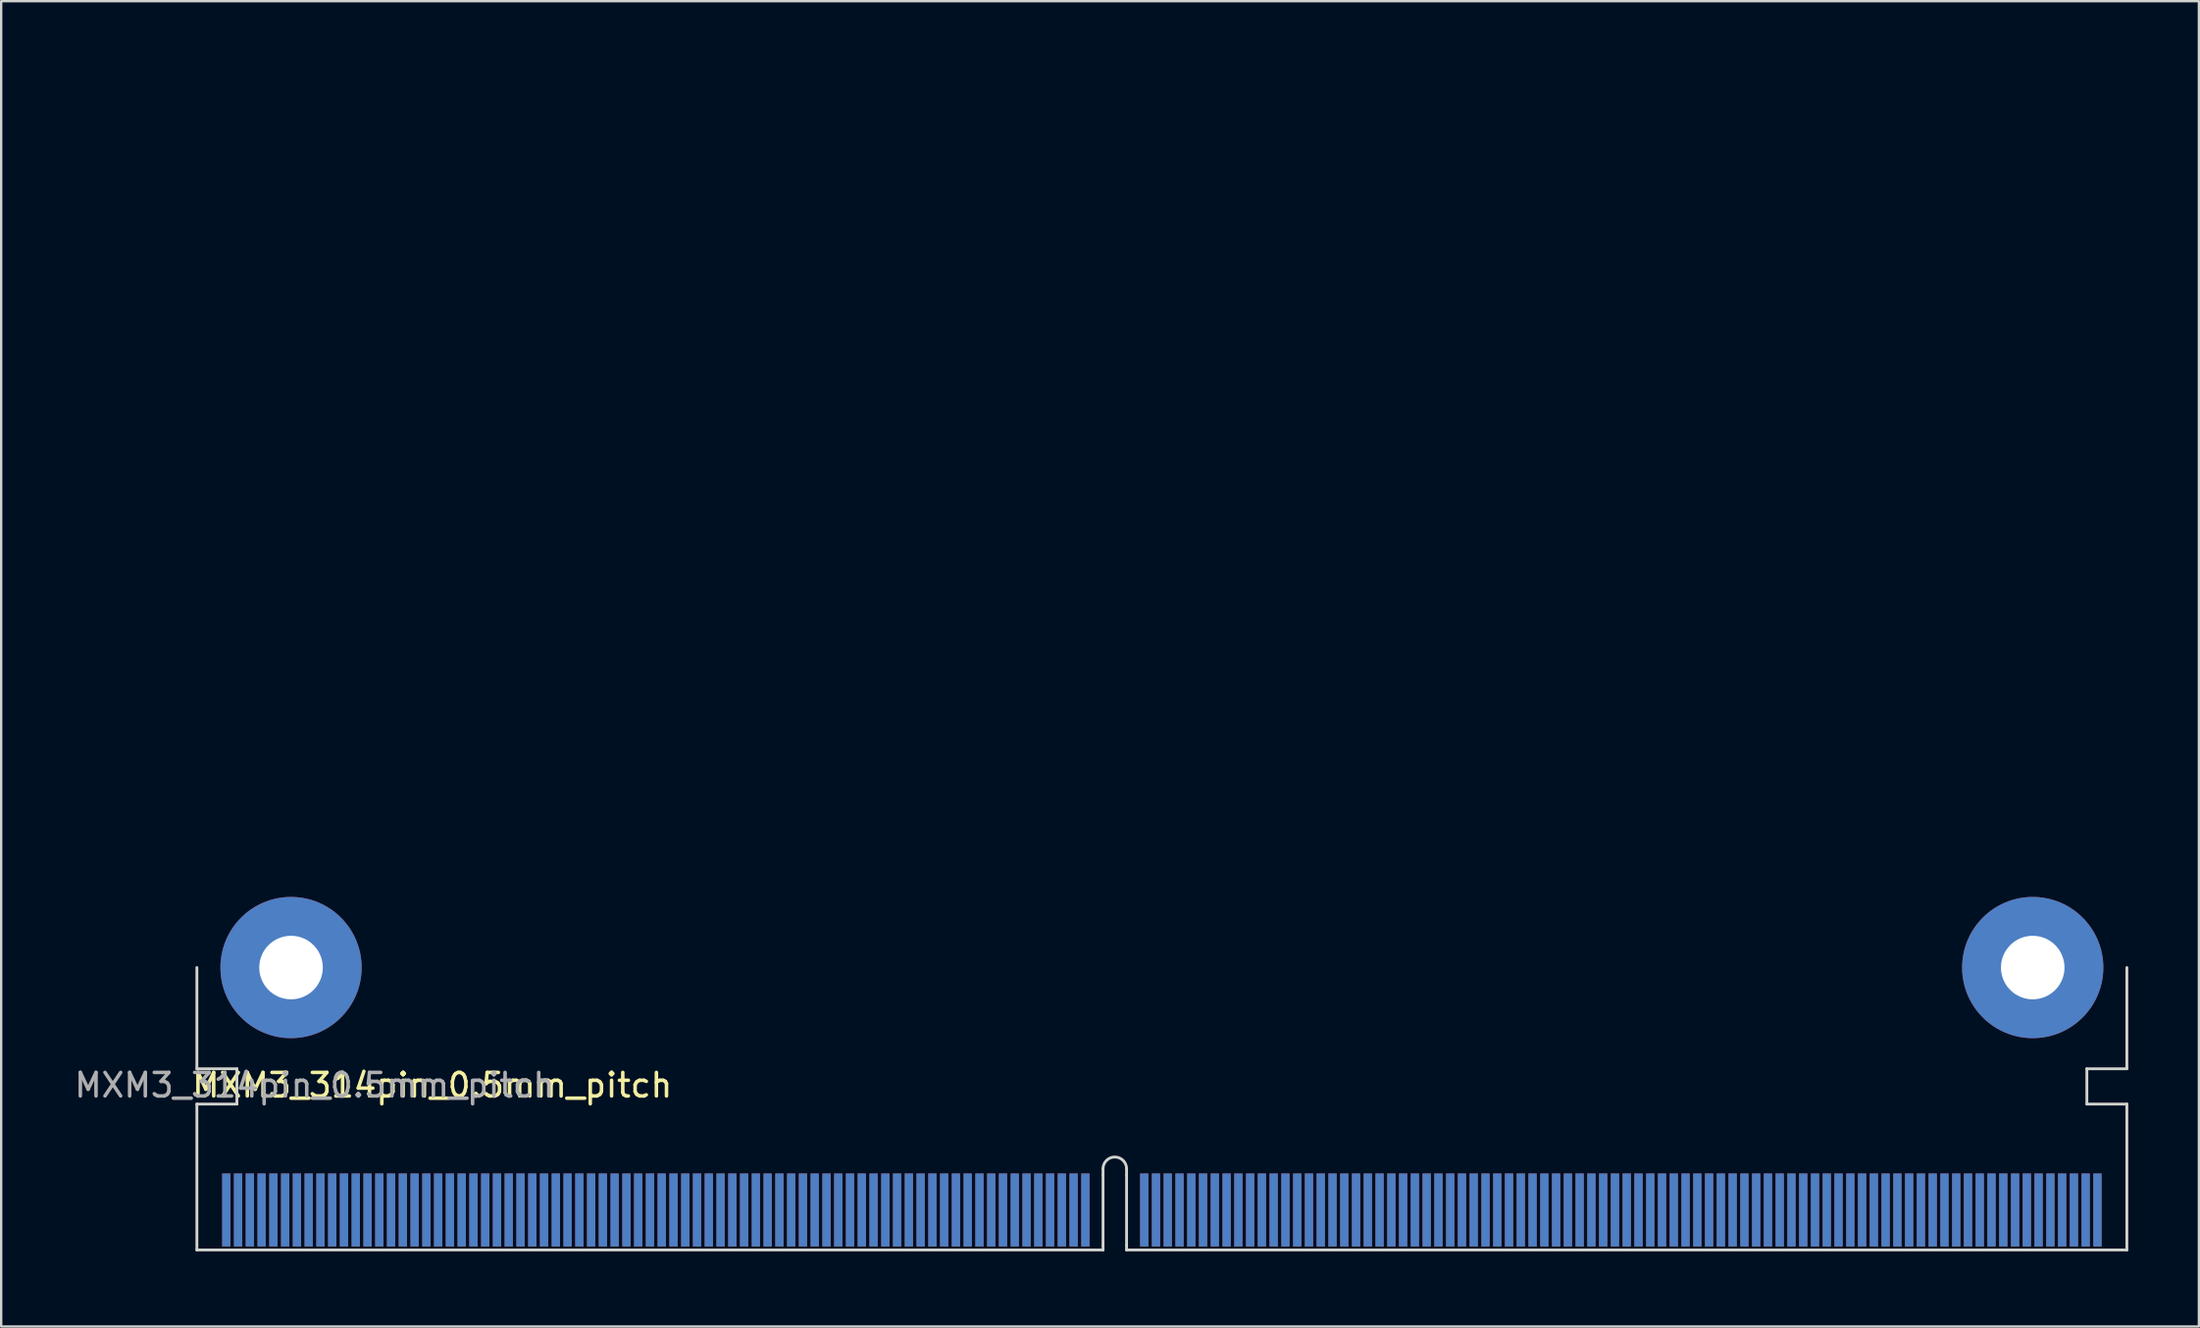
<source format=kicad_pcb>
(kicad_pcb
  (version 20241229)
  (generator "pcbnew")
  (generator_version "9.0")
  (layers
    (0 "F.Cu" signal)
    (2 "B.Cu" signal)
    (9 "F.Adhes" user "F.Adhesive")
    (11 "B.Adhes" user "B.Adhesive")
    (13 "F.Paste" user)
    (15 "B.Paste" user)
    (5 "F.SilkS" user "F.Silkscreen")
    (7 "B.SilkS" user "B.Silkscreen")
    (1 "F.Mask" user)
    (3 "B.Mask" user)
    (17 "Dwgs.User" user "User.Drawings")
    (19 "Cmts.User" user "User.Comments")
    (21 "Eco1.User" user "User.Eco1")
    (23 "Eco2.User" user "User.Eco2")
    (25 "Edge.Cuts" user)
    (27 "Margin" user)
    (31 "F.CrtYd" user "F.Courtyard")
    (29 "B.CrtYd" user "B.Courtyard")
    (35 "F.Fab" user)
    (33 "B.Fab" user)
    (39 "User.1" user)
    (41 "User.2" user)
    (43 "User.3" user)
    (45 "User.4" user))
  (footprint "MXM3_314pin_0.5mm_pitch"
    (layer "F.Cu")
    (at 5.315 50.06)
    (property "Reference" "MXM3_314pin_0.5mm_pitch" (at 10 -7 0) (unlocked yes) (layer "F.SilkS") (effects (font (size 1 1) (thickness 0.15))))
    (fp_line (start 0 -50) (end 0 -12) (stroke (width 0.12) (type solid)) (layer "Eco1.User"))
    (fp_line (start 82 -50) (end 0 -50) (stroke (width 0.12) (type solid)) (layer "Eco1.User"))
    (fp_line (start 82 -12) (end 82 -50) (stroke (width 0.12) (type solid)) (layer "Eco1.User"))
    (fp_circle (center 4 -46) (end 4 -45) (stroke (width 0.12) (type solid)) (fill no) (layer "Eco1.User"))
    (fp_circle (center 78 -46) (end 78 -45) (stroke (width 0.12) (type solid)) (fill no) (layer "Eco1.User"))
    (fp_line (start 0 -7.7) (end 0 -12) (stroke (width 0.12) (type solid)) (layer "Edge.Cuts"))
    (fp_line (start 0 -6.2) (end 1.7 -6.2) (stroke (width 0.12) (type solid)) (layer "Edge.Cuts"))
    (fp_line (start 0 0) (end 0 -6.2) (stroke (width 0.12) (type solid)) (layer "Edge.Cuts"))
    (fp_line (start 0 0) (end 38.5 0) (stroke (width 0.12) (type solid)) (layer "Edge.Cuts"))
    (fp_line (start 1.7 -7.7) (end 0 -7.7) (stroke (width 0.12) (type solid)) (layer "Edge.Cuts"))
    (fp_line (start 1.7 -6.2) (end 1.7 -7.7) (stroke (width 0.12) (type solid)) (layer "Edge.Cuts"))
    (fp_line (start 38.5 -3.2) (end 38.5 -3.45) (stroke (width 0.12) (type solid)) (layer "Edge.Cuts"))
    (fp_line (start 38.5 -0.2) (end 38.5 -3.2) (stroke (width 0.12) (type solid)) (layer "Edge.Cuts"))
    (fp_line (start 38.5 0) (end 38.5 -0.2) (stroke (width 0.12) (type solid)) (layer "Edge.Cuts"))
    (fp_line (start 39.5 -3.2) (end 39.5 -3.45) (stroke (width 0.12) (type solid)) (layer "Edge.Cuts"))
    (fp_line (start 39.5 -0.2) (end 39.5 -3.2) (stroke (width 0.12) (type solid)) (layer "Edge.Cuts"))
    (fp_line (start 39.5 -0.2) (end 39.5 0) (stroke (width 0.12) (type solid)) (layer "Edge.Cuts"))
    (fp_line (start 39.5 0) (end 82 0) (stroke (width 0.12) (type solid)) (layer "Edge.Cuts"))
    (fp_line (start 80.3 -7.7) (end 82 -7.7) (stroke (width 0.12) (type solid)) (layer "Edge.Cuts"))
    (fp_line (start 80.3 -6.2) (end 80.3 -7.7) (stroke (width 0.12) (type solid)) (layer "Edge.Cuts"))
    (fp_line (start 82 -7.7) (end 82 -12) (stroke (width 0.12) (type solid)) (layer "Edge.Cuts"))
    (fp_line (start 82 -6.2) (end 80.3 -6.2) (stroke (width 0.12) (type solid)) (layer "Edge.Cuts"))
    (fp_line (start 82 0) (end 82 -6.2) (stroke (width 0.12) (type solid)) (layer "Edge.Cuts"))
    (fp_arc (start 38.5 -3.45) (mid 39 -3.95) (end 39.5 -3.45) (stroke (width 0.12) (type solid)) (layer "Edge.Cuts"))
    (fp_text user "${REFERENCE}" (at 5 -7 0) (unlocked yes) (layer "F.Fab") (effects (font (size 1 1) (thickness 0.15))))
    (pad "GND" thru_hole circle (at 4 -12) (size 6 6) (drill 2.7) (layers "*.Cu" "*.Mask"))
    (pad "GND" thru_hole circle (at 78 -12) (size 6 6) (drill 2.7) (layers "*.Cu" "*.Mask"))
    (pad "P1" connect rect (at 1.25 -1.7) (size 0.35 3.1) (layers "F.Cu" "F.Mask"))
    (pad "P2" connect rect (at 1.75 -1.7) (size 0.35 3.1) (layers "F.Cu" "F.Mask"))
    (pad "P3" connect rect (at 2.25 -1.7) (size 0.35 3.1) (layers "F.Cu" "F.Mask"))
    (pad "P4" connect rect (at 2.75 -1.7) (size 0.35 3.1) (layers "F.Cu" "F.Mask"))
    (pad "P5" connect rect (at 3.25 -1.7) (size 0.35 3.1) (layers "F.Cu" "F.Mask"))
    (pad "P6" connect rect (at 3.75 -1.7) (size 0.35 3.1) (layers "F.Cu" "F.Mask"))
    (pad "P7" connect rect (at 4.25 -1.7) (size 0.35 3.1) (layers "F.Cu" "F.Mask"))
    (pad "P8" connect rect (at 4.75 -1.7) (size 0.35 3.1) (layers "F.Cu" "F.Mask"))
    (pad "P9" connect rect (at 5.25 -1.7) (size 0.35 3.1) (layers "F.Cu" "F.Mask"))
    (pad "P10" connect rect (at 5.75 -1.7) (size 0.35 3.1) (layers "F.Cu" "F.Mask"))
    (pad "P11" connect rect (at 6.25 -1.7) (size 0.35 3.1) (layers "F.Cu" "F.Mask"))
    (pad "P12" connect rect (at 6.75 -1.7) (size 0.35 3.1) (layers "F.Cu" "F.Mask"))
    (pad "P13" connect rect (at 7.25 -1.7) (size 0.35 3.1) (layers "F.Cu" "F.Mask"))
    (pad "P14" connect rect (at 7.75 -1.7) (size 0.35 3.1) (layers "F.Cu" "F.Mask"))
    (pad "P15" connect rect (at 8.25 -1.7) (size 0.35 3.1) (layers "F.Cu" "F.Mask"))
    (pad "P16" connect rect (at 8.75 -1.7) (size 0.35 3.1) (layers "F.Cu" "F.Mask"))
    (pad "P17" connect rect (at 9.25 -1.7) (size 0.35 3.1) (layers "F.Cu" "F.Mask"))
    (pad "P18" connect rect (at 9.75 -1.7) (size 0.35 3.1) (layers "F.Cu" "F.Mask"))
    (pad "P19" connect rect (at 10.25 -1.7) (size 0.35 3.1) (layers "F.Cu" "F.Mask"))
    (pad "P20" connect rect (at 10.75 -1.7) (size 0.35 3.1) (layers "F.Cu" "F.Mask"))
    (pad "P21" connect rect (at 11.25 -1.7) (size 0.35 3.1) (layers "F.Cu" "F.Mask"))
    (pad "P22" connect rect (at 11.75 -1.7) (size 0.35 3.1) (layers "F.Cu" "F.Mask"))
    (pad "P23" connect rect (at 12.25 -1.7) (size 0.35 3.1) (layers "F.Cu" "F.Mask"))
    (pad "P24" connect rect (at 12.75 -1.7) (size 0.35 3.1) (layers "F.Cu" "F.Mask"))
    (pad "P25" connect rect (at 13.25 -1.7) (size 0.35 3.1) (layers "F.Cu" "F.Mask"))
    (pad "P26" connect rect (at 13.75 -1.7) (size 0.35 3.1) (layers "F.Cu" "F.Mask"))
    (pad "P27" connect rect (at 14.25 -1.7) (size 0.35 3.1) (layers "F.Cu" "F.Mask"))
    (pad "P28" connect rect (at 14.75 -1.7) (size 0.35 3.1) (layers "F.Cu" "F.Mask"))
    (pad "P29" connect rect (at 15.25 -1.7) (size 0.35 3.1) (layers "F.Cu" "F.Mask"))
    (pad "P30" connect rect (at 15.75 -1.7) (size 0.35 3.1) (layers "F.Cu" "F.Mask"))
    (pad "P31" connect rect (at 16.25 -1.7) (size 0.35 3.1) (layers "F.Cu" "F.Mask"))
    (pad "P32" connect rect (at 16.75 -1.7) (size 0.35 3.1) (layers "F.Cu" "F.Mask"))
    (pad "P33" connect rect (at 17.25 -1.7) (size 0.35 3.1) (layers "F.Cu" "F.Mask"))
    (pad "P34" connect rect (at 17.75 -1.7) (size 0.35 3.1) (layers "F.Cu" "F.Mask"))
    (pad "P35" connect rect (at 18.25 -1.7) (size 0.35 3.1) (layers "F.Cu" "F.Mask"))
    (pad "P36" connect rect (at 18.75 -1.7) (size 0.35 3.1) (layers "F.Cu" "F.Mask"))
    (pad "P37" connect rect (at 19.25 -1.7) (size 0.35 3.1) (layers "F.Cu" "F.Mask"))
    (pad "P38" connect rect (at 19.75 -1.7) (size 0.35 3.1) (layers "F.Cu" "F.Mask"))
    (pad "P39" connect rect (at 20.25 -1.7) (size 0.35 3.1) (layers "F.Cu" "F.Mask"))
    (pad "P40" connect rect (at 20.75 -1.7) (size 0.35 3.1) (layers "F.Cu" "F.Mask"))
    (pad "P41" connect rect (at 21.25 -1.7) (size 0.35 3.1) (layers "F.Cu" "F.Mask"))
    (pad "P42" connect rect (at 21.75 -1.7) (size 0.35 3.1) (layers "F.Cu" "F.Mask"))
    (pad "P43" connect rect (at 22.25 -1.7) (size 0.35 3.1) (layers "F.Cu" "F.Mask"))
    (pad "P44" connect rect (at 22.75 -1.7) (size 0.35 3.1) (layers "F.Cu" "F.Mask"))
    (pad "P45" connect rect (at 23.25 -1.7) (size 0.35 3.1) (layers "F.Cu" "F.Mask"))
    (pad "P46" connect rect (at 23.75 -1.7) (size 0.35 3.1) (layers "F.Cu" "F.Mask"))
    (pad "P47" connect rect (at 24.25 -1.7) (size 0.35 3.1) (layers "F.Cu" "F.Mask"))
    (pad "P48" connect rect (at 24.75 -1.7) (size 0.35 3.1) (layers "F.Cu" "F.Mask"))
    (pad "P49" connect rect (at 25.25 -1.7) (size 0.35 3.1) (layers "F.Cu" "F.Mask"))
    (pad "P50" connect rect (at 25.75 -1.7) (size 0.35 3.1) (layers "F.Cu" "F.Mask"))
    (pad "P51" connect rect (at 26.25 -1.7) (size 0.35 3.1) (layers "F.Cu" "F.Mask"))
    (pad "P52" connect rect (at 26.75 -1.7) (size 0.35 3.1) (layers "F.Cu" "F.Mask"))
    (pad "P53" connect rect (at 27.25 -1.7) (size 0.35 3.1) (layers "F.Cu" "F.Mask"))
    (pad "P54" connect rect (at 27.75 -1.7) (size 0.35 3.1) (layers "F.Cu" "F.Mask"))
    (pad "P55" connect rect (at 28.25 -1.7) (size 0.35 3.1) (layers "F.Cu" "F.Mask"))
    (pad "P56" connect rect (at 28.75 -1.7) (size 0.35 3.1) (layers "F.Cu" "F.Mask"))
    (pad "P57" connect rect (at 29.25 -1.7) (size 0.35 3.1) (layers "F.Cu" "F.Mask"))
    (pad "P58" connect rect (at 29.75 -1.7) (size 0.35 3.1) (layers "F.Cu" "F.Mask"))
    (pad "P59" connect rect (at 30.25 -1.7) (size 0.35 3.1) (layers "F.Cu" "F.Mask"))
    (pad "P60" connect rect (at 30.75 -1.7) (size 0.35 3.1) (layers "F.Cu" "F.Mask"))
    (pad "P61" connect rect (at 31.25 -1.7) (size 0.35 3.1) (layers "F.Cu" "F.Mask"))
    (pad "P62" connect rect (at 31.75 -1.7) (size 0.35 3.1) (layers "F.Cu" "F.Mask"))
    (pad "P63" connect rect (at 32.25 -1.7) (size 0.35 3.1) (layers "F.Cu" "F.Mask"))
    (pad "P64" connect rect (at 32.75 -1.7) (size 0.35 3.1) (layers "F.Cu" "F.Mask"))
    (pad "P65" connect rect (at 33.25 -1.7) (size 0.35 3.1) (layers "F.Cu" "F.Mask"))
    (pad "P66" connect rect (at 33.75 -1.7) (size 0.35 3.1) (layers "F.Cu" "F.Mask"))
    (pad "P67" connect rect (at 34.25 -1.7) (size 0.35 3.1) (layers "F.Cu" "F.Mask"))
    (pad "P68" connect rect (at 34.75 -1.7) (size 0.35 3.1) (layers "F.Cu" "F.Mask"))
    (pad "P69" connect rect (at 35.25 -1.7) (size 0.35 3.1) (layers "F.Cu" "F.Mask"))
    (pad "P70" connect rect (at 35.75 -1.7) (size 0.35 3.1) (layers "F.Cu" "F.Mask"))
    (pad "P71" connect rect (at 36.25 -1.7) (size 0.35 3.1) (layers "F.Cu" "F.Mask"))
    (pad "P72" connect rect (at 36.75 -1.7) (size 0.35 3.1) (layers "F.Cu" "F.Mask"))
    (pad "P73" connect rect (at 37.25 -1.7) (size 0.35 3.1) (layers "F.Cu" "F.Mask"))
    (pad "P74" connect rect (at 37.75 -1.7) (size 0.35 3.1) (layers "F.Cu" "F.Mask"))
    (pad "P75" connect rect (at 40.25 -1.7) (size 0.35 3.1) (layers "F.Cu" "F.Mask"))
    (pad "P76" connect rect (at 40.75 -1.7) (size 0.35 3.1) (layers "F.Cu" "F.Mask"))
    (pad "P77" connect rect (at 41.25 -1.7) (size 0.35 3.1) (layers "F.Cu" "F.Mask"))
    (pad "P78" connect rect (at 41.75 -1.7) (size 0.35 3.1) (layers "F.Cu" "F.Mask"))
    (pad "P79" connect rect (at 42.25 -1.7) (size 0.35 3.1) (layers "F.Cu" "F.Mask"))
    (pad "P80" connect rect (at 42.75 -1.7) (size 0.35 3.1) (layers "F.Cu" "F.Mask"))
    (pad "P81" connect rect (at 43.25 -1.7) (size 0.35 3.1) (layers "F.Cu" "F.Mask"))
    (pad "P82" connect rect (at 43.75 -1.7) (size 0.35 3.1) (layers "F.Cu" "F.Mask"))
    (pad "P83" connect rect (at 44.25 -1.7) (size 0.35 3.1) (layers "F.Cu" "F.Mask"))
    (pad "P84" connect rect (at 44.75 -1.7) (size 0.35 3.1) (layers "F.Cu" "F.Mask"))
    (pad "P85" connect rect (at 45.25 -1.7) (size 0.35 3.1) (layers "F.Cu" "F.Mask"))
    (pad "P86" connect rect (at 45.75 -1.7) (size 0.35 3.1) (layers "F.Cu" "F.Mask"))
    (pad "P87" connect rect (at 46.25 -1.7) (size 0.35 3.1) (layers "F.Cu" "F.Mask"))
    (pad "P88" connect rect (at 46.75 -1.7) (size 0.35 3.1) (layers "F.Cu" "F.Mask"))
    (pad "P89" connect rect (at 47.25 -1.7) (size 0.35 3.1) (layers "F.Cu" "F.Mask"))
    (pad "P90" connect rect (at 47.75 -1.7) (size 0.35 3.1) (layers "F.Cu" "F.Mask"))
    (pad "P91" connect rect (at 48.25 -1.7) (size 0.35 3.1) (layers "F.Cu" "F.Mask"))
    (pad "P92" connect rect (at 48.75 -1.7) (size 0.35 3.1) (layers "F.Cu" "F.Mask"))
    (pad "P93" connect rect (at 49.25 -1.7) (size 0.35 3.1) (layers "F.Cu" "F.Mask"))
    (pad "P94" connect rect (at 49.75 -1.7) (size 0.35 3.1) (layers "F.Cu" "F.Mask"))
    (pad "P95" connect rect (at 50.25 -1.7) (size 0.35 3.1) (layers "F.Cu" "F.Mask"))
    (pad "P96" connect rect (at 50.75 -1.7) (size 0.35 3.1) (layers "F.Cu" "F.Mask"))
    (pad "P97" connect rect (at 51.25 -1.7) (size 0.35 3.1) (layers "F.Cu" "F.Mask"))
    (pad "P98" connect rect (at 51.75 -1.7) (size 0.35 3.1) (layers "F.Cu" "F.Mask"))
    (pad "P99" connect rect (at 52.25 -1.7) (size 0.35 3.1) (layers "F.Cu" "F.Mask"))
    (pad "P100" connect rect (at 52.75 -1.7) (size 0.35 3.1) (layers "F.Cu" "F.Mask"))
    (pad "P101" connect rect (at 53.25 -1.7) (size 0.35 3.1) (layers "F.Cu" "F.Mask"))
    (pad "P102" connect rect (at 53.75 -1.7) (size 0.35 3.1) (layers "F.Cu" "F.Mask"))
    (pad "P103" connect rect (at 54.25 -1.7) (size 0.35 3.1) (layers "F.Cu" "F.Mask"))
    (pad "P104" connect rect (at 54.75 -1.7) (size 0.35 3.1) (layers "F.Cu" "F.Mask"))
    (pad "P105" connect rect (at 55.25 -1.7) (size 0.35 3.1) (layers "F.Cu" "F.Mask"))
    (pad "P106" connect rect (at 55.75 -1.7) (size 0.35 3.1) (layers "F.Cu" "F.Mask"))
    (pad "P107" connect rect (at 56.25 -1.7) (size 0.35 3.1) (layers "F.Cu" "F.Mask"))
    (pad "P108" connect rect (at 56.75 -1.7) (size 0.35 3.1) (layers "F.Cu" "F.Mask"))
    (pad "P109" connect rect (at 57.25 -1.7) (size 0.35 3.1) (layers "F.Cu" "F.Mask"))
    (pad "P110" connect rect (at 57.75 -1.7) (size 0.35 3.1) (layers "F.Cu" "F.Mask"))
    (pad "P111" connect rect (at 58.25 -1.7) (size 0.35 3.1) (layers "F.Cu" "F.Mask"))
    (pad "P112" connect rect (at 58.75 -1.7) (size 0.35 3.1) (layers "F.Cu" "F.Mask"))
    (pad "P113" connect rect (at 59.25 -1.7) (size 0.35 3.1) (layers "F.Cu" "F.Mask"))
    (pad "P114" connect rect (at 59.75 -1.7) (size 0.35 3.1) (layers "F.Cu" "F.Mask"))
    (pad "P115" connect rect (at 60.25 -1.7) (size 0.35 3.1) (layers "F.Cu" "F.Mask"))
    (pad "P116" connect rect (at 60.75 -1.7) (size 0.35 3.1) (layers "F.Cu" "F.Mask"))
    (pad "P117" connect rect (at 61.25 -1.7) (size 0.35 3.1) (layers "F.Cu" "F.Mask"))
    (pad "P118" connect rect (at 61.75 -1.7) (size 0.35 3.1) (layers "F.Cu" "F.Mask"))
    (pad "P119" connect rect (at 62.25 -1.7) (size 0.35 3.1) (layers "F.Cu" "F.Mask"))
    (pad "P120" connect rect (at 62.75 -1.7) (size 0.35 3.1) (layers "F.Cu" "F.Mask"))
    (pad "P121" connect rect (at 63.25 -1.7) (size 0.35 3.1) (layers "F.Cu" "F.Mask"))
    (pad "P122" connect rect (at 63.75 -1.7) (size 0.35 3.1) (layers "F.Cu" "F.Mask"))
    (pad "P123" connect rect (at 64.25 -1.7) (size 0.35 3.1) (layers "F.Cu" "F.Mask"))
    (pad "P124" connect rect (at 64.75 -1.7) (size 0.35 3.1) (layers "F.Cu" "F.Mask"))
    (pad "P125" connect rect (at 65.25 -1.7) (size 0.35 3.1) (layers "F.Cu" "F.Mask"))
    (pad "P126" connect rect (at 65.75 -1.7) (size 0.35 3.1) (layers "F.Cu" "F.Mask"))
    (pad "P127" connect rect (at 66.25 -1.7) (size 0.35 3.1) (layers "F.Cu" "F.Mask"))
    (pad "P128" connect rect (at 66.75 -1.7) (size 0.35 3.1) (layers "F.Cu" "F.Mask"))
    (pad "P129" connect rect (at 67.25 -1.7) (size 0.35 3.1) (layers "F.Cu" "F.Mask"))
    (pad "P130" connect rect (at 67.75 -1.7) (size 0.35 3.1) (layers "F.Cu" "F.Mask"))
    (pad "P131" connect rect (at 68.25 -1.7) (size 0.35 3.1) (layers "F.Cu" "F.Mask"))
    (pad "P132" connect rect (at 68.75 -1.7) (size 0.35 3.1) (layers "F.Cu" "F.Mask"))
    (pad "P133" connect rect (at 69.25 -1.7) (size 0.35 3.1) (layers "F.Cu" "F.Mask"))
    (pad "P134" connect rect (at 69.75 -1.7) (size 0.35 3.1) (layers "F.Cu" "F.Mask"))
    (pad "P135" connect rect (at 70.25 -1.7) (size 0.35 3.1) (layers "F.Cu" "F.Mask"))
    (pad "P136" connect rect (at 70.75 -1.7) (size 0.35 3.1) (layers "F.Cu" "F.Mask"))
    (pad "P137" connect rect (at 71.25 -1.7) (size 0.35 3.1) (layers "F.Cu" "F.Mask"))
    (pad "P138" connect rect (at 71.75 -1.7) (size 0.35 3.1) (layers "F.Cu" "F.Mask"))
    (pad "P139" connect rect (at 72.25 -1.7) (size 0.35 3.1) (layers "F.Cu" "F.Mask"))
    (pad "P140" connect rect (at 72.75 -1.7) (size 0.35 3.1) (layers "F.Cu" "F.Mask"))
    (pad "P141" connect rect (at 73.25 -1.7) (size 0.35 3.1) (layers "F.Cu" "F.Mask"))
    (pad "P142" connect rect (at 73.75 -1.7) (size 0.35 3.1) (layers "F.Cu" "F.Mask"))
    (pad "P143" connect rect (at 74.25 -1.7) (size 0.35 3.1) (layers "F.Cu" "F.Mask"))
    (pad "P144" connect rect (at 74.75 -1.7) (size 0.35 3.1) (layers "F.Cu" "F.Mask"))
    (pad "P145" connect rect (at 75.25 -1.7) (size 0.35 3.1) (layers "F.Cu" "F.Mask"))
    (pad "P146" connect rect (at 75.75 -1.7) (size 0.35 3.1) (layers "F.Cu" "F.Mask"))
    (pad "P147" connect rect (at 76.25 -1.7) (size 0.35 3.1) (layers "F.Cu" "F.Mask"))
    (pad "P148" connect rect (at 76.75 -1.7) (size 0.35 3.1) (layers "F.Cu" "F.Mask"))
    (pad "P149" connect rect (at 77.25 -1.7) (size 0.35 3.1) (layers "F.Cu" "F.Mask"))
    (pad "P150" connect rect (at 77.75 -1.7) (size 0.35 3.1) (layers "F.Cu" "F.Mask"))
    (pad "P151" connect rect (at 78.25 -1.7) (size 0.35 3.1) (layers "F.Cu" "F.Mask"))
    (pad "P152" connect rect (at 78.75 -1.7) (size 0.35 3.1) (layers "F.Cu" "F.Mask"))
    (pad "P153" connect rect (at 79.25 -1.7) (size 0.35 3.1) (layers "F.Cu" "F.Mask"))
    (pad "P154" connect rect (at 79.75 -1.7) (size 0.35 3.1) (layers "F.Cu" "F.Mask"))
    (pad "P155" connect rect (at 80.25 -1.7) (size 0.35 3.1) (layers "F.Cu" "F.Mask"))
    (pad "P156" connect rect (at 80.75 -1.7) (size 0.35 3.1) (layers "F.Cu" "F.Mask"))
    (pad "S1" connect rect (at 1.25 -1.7) (size 0.35 3.1) (layers "B.Cu" "B.Mask"))
    (pad "S2" connect rect (at 1.75 -1.7) (size 0.35 3.1) (layers "B.Cu" "B.Mask"))
    (pad "S3" connect rect (at 2.25 -1.7) (size 0.35 3.1) (layers "B.Cu" "B.Mask"))
    (pad "S4" connect rect (at 2.75 -1.7) (size 0.35 3.1) (layers "B.Cu" "B.Mask"))
    (pad "S5" connect rect (at 3.25 -1.7) (size 0.35 3.1) (layers "B.Cu" "B.Mask"))
    (pad "S6" connect rect (at 3.75 -1.7) (size 0.35 3.1) (layers "B.Cu" "B.Mask"))
    (pad "S7" connect rect (at 4.25 -1.7) (size 0.35 3.1) (layers "B.Cu" "B.Mask"))
    (pad "S8" connect rect (at 4.75 -1.7) (size 0.35 3.1) (layers "B.Cu" "B.Mask"))
    (pad "S9" connect rect (at 5.25 -1.7) (size 0.35 3.1) (layers "B.Cu" "B.Mask"))
    (pad "S10" connect rect (at 5.75 -1.7) (size 0.35 3.1) (layers "B.Cu" "B.Mask"))
    (pad "S11" connect rect (at 6.25 -1.7) (size 0.35 3.1) (layers "B.Cu" "B.Mask"))
    (pad "S12" connect rect (at 6.75 -1.7) (size 0.35 3.1) (layers "B.Cu" "B.Mask"))
    (pad "S13" connect rect (at 7.25 -1.7) (size 0.35 3.1) (layers "B.Cu" "B.Mask"))
    (pad "S14" connect rect (at 7.75 -1.7) (size 0.35 3.1) (layers "B.Cu" "B.Mask"))
    (pad "S15" connect rect (at 8.25 -1.7) (size 0.35 3.1) (layers "B.Cu" "B.Mask"))
    (pad "S16" connect rect (at 8.75 -1.7) (size 0.35 3.1) (layers "B.Cu" "B.Mask"))
    (pad "S17" connect rect (at 9.25 -1.7) (size 0.35 3.1) (layers "B.Cu" "B.Mask"))
    (pad "S18" connect rect (at 9.75 -1.7) (size 0.35 3.1) (layers "B.Cu" "B.Mask"))
    (pad "S19" connect rect (at 10.25 -1.7) (size 0.35 3.1) (layers "B.Cu" "B.Mask"))
    (pad "S20" connect rect (at 10.75 -1.7) (size 0.35 3.1) (layers "B.Cu" "B.Mask"))
    (pad "S21" connect rect (at 11.25 -1.7) (size 0.35 3.1) (layers "B.Cu" "B.Mask"))
    (pad "S22" connect rect (at 11.75 -1.7) (size 0.35 3.1) (layers "B.Cu" "B.Mask"))
    (pad "S23" connect rect (at 12.25 -1.7) (size 0.35 3.1) (layers "B.Cu" "B.Mask"))
    (pad "S24" connect rect (at 12.75 -1.7) (size 0.35 3.1) (layers "B.Cu" "B.Mask"))
    (pad "S25" connect rect (at 13.25 -1.7) (size 0.35 3.1) (layers "B.Cu" "B.Mask"))
    (pad "S26" connect rect (at 13.75 -1.7) (size 0.35 3.1) (layers "B.Cu" "B.Mask"))
    (pad "S27" connect rect (at 14.25 -1.7) (size 0.35 3.1) (layers "B.Cu" "B.Mask"))
    (pad "S28" connect rect (at 14.75 -1.7) (size 0.35 3.1) (layers "B.Cu" "B.Mask"))
    (pad "S29" connect rect (at 15.25 -1.7) (size 0.35 3.1) (layers "B.Cu" "B.Mask"))
    (pad "S30" connect rect (at 15.75 -1.7) (size 0.35 3.1) (layers "B.Cu" "B.Mask"))
    (pad "S31" connect rect (at 16.25 -1.7) (size 0.35 3.1) (layers "B.Cu" "B.Mask"))
    (pad "S32" connect rect (at 16.75 -1.7) (size 0.35 3.1) (layers "B.Cu" "B.Mask"))
    (pad "S33" connect rect (at 17.25 -1.7) (size 0.35 3.1) (layers "B.Cu" "B.Mask"))
    (pad "S34" connect rect (at 17.75 -1.7) (size 0.35 3.1) (layers "B.Cu" "B.Mask"))
    (pad "S35" connect rect (at 18.25 -1.7) (size 0.35 3.1) (layers "B.Cu" "B.Mask"))
    (pad "S36" connect rect (at 18.75 -1.7) (size 0.35 3.1) (layers "B.Cu" "B.Mask"))
    (pad "S37" connect rect (at 19.25 -1.7) (size 0.35 3.1) (layers "B.Cu" "B.Mask"))
    (pad "S38" connect rect (at 19.75 -1.7) (size 0.35 3.1) (layers "B.Cu" "B.Mask"))
    (pad "S39" connect rect (at 20.25 -1.7) (size 0.35 3.1) (layers "B.Cu" "B.Mask"))
    (pad "S40" connect rect (at 20.75 -1.7) (size 0.35 3.1) (layers "B.Cu" "B.Mask"))
    (pad "S41" connect rect (at 21.25 -1.7) (size 0.35 3.1) (layers "B.Cu" "B.Mask"))
    (pad "S42" connect rect (at 21.75 -1.7) (size 0.35 3.1) (layers "B.Cu" "B.Mask"))
    (pad "S43" connect rect (at 22.25 -1.7) (size 0.35 3.1) (layers "B.Cu" "B.Mask"))
    (pad "S44" connect rect (at 22.75 -1.7) (size 0.35 3.1) (layers "B.Cu" "B.Mask"))
    (pad "S45" connect rect (at 23.25 -1.7) (size 0.35 3.1) (layers "B.Cu" "B.Mask"))
    (pad "S46" connect rect (at 23.75 -1.7) (size 0.35 3.1) (layers "B.Cu" "B.Mask"))
    (pad "S47" connect rect (at 24.25 -1.7) (size 0.35 3.1) (layers "B.Cu" "B.Mask"))
    (pad "S48" connect rect (at 24.75 -1.7) (size 0.35 3.1) (layers "B.Cu" "B.Mask"))
    (pad "S49" connect rect (at 25.25 -1.7) (size 0.35 3.1) (layers "B.Cu" "B.Mask"))
    (pad "S50" connect rect (at 25.75 -1.7) (size 0.35 3.1) (layers "B.Cu" "B.Mask"))
    (pad "S51" connect rect (at 26.25 -1.7) (size 0.35 3.1) (layers "B.Cu" "B.Mask"))
    (pad "S52" connect rect (at 26.75 -1.7) (size 0.35 3.1) (layers "B.Cu" "B.Mask"))
    (pad "S53" connect rect (at 27.25 -1.7) (size 0.35 3.1) (layers "B.Cu" "B.Mask"))
    (pad "S54" connect rect (at 27.75 -1.7) (size 0.35 3.1) (layers "B.Cu" "B.Mask"))
    (pad "S55" connect rect (at 28.25 -1.7) (size 0.35 3.1) (layers "B.Cu" "B.Mask"))
    (pad "S56" connect rect (at 28.75 -1.7) (size 0.35 3.1) (layers "B.Cu" "B.Mask"))
    (pad "S57" connect rect (at 29.25 -1.7) (size 0.35 3.1) (layers "B.Cu" "B.Mask"))
    (pad "S58" connect rect (at 29.75 -1.7) (size 0.35 3.1) (layers "B.Cu" "B.Mask"))
    (pad "S59" connect rect (at 30.25 -1.7) (size 0.35 3.1) (layers "B.Cu" "B.Mask"))
    (pad "S60" connect rect (at 30.75 -1.7) (size 0.35 3.1) (layers "B.Cu" "B.Mask"))
    (pad "S61" connect rect (at 31.25 -1.7) (size 0.35 3.1) (layers "B.Cu" "B.Mask"))
    (pad "S62" connect rect (at 31.75 -1.7) (size 0.35 3.1) (layers "B.Cu" "B.Mask"))
    (pad "S63" connect rect (at 32.25 -1.7) (size 0.35 3.1) (layers "B.Cu" "B.Mask"))
    (pad "S64" connect rect (at 32.75 -1.7) (size 0.35 3.1) (layers "B.Cu" "B.Mask"))
    (pad "S65" connect rect (at 33.25 -1.7) (size 0.35 3.1) (layers "B.Cu" "B.Mask"))
    (pad "S66" connect rect (at 33.75 -1.7) (size 0.35 3.1) (layers "B.Cu" "B.Mask"))
    (pad "S67" connect rect (at 34.25 -1.7) (size 0.35 3.1) (layers "B.Cu" "B.Mask"))
    (pad "S68" connect rect (at 34.75 -1.7) (size 0.35 3.1) (layers "B.Cu" "B.Mask"))
    (pad "S69" connect rect (at 35.25 -1.7) (size 0.35 3.1) (layers "B.Cu" "B.Mask"))
    (pad "S70" connect rect (at 35.75 -1.7) (size 0.35 3.1) (layers "B.Cu" "B.Mask"))
    (pad "S71" connect rect (at 36.25 -1.7) (size 0.35 3.1) (layers "B.Cu" "B.Mask"))
    (pad "S72" connect rect (at 36.75 -1.7) (size 0.35 3.1) (layers "B.Cu" "B.Mask"))
    (pad "S73" connect rect (at 37.25 -1.7) (size 0.35 3.1) (layers "B.Cu" "B.Mask"))
    (pad "S74" connect rect (at 37.75 -1.7) (size 0.35 3.1) (layers "B.Cu" "B.Mask"))
    (pad "S75" connect rect (at 40.25 -1.7) (size 0.35 3.1) (layers "B.Cu" "B.Mask"))
    (pad "S76" connect rect (at 40.75 -1.7) (size 0.35 3.1) (layers "B.Cu" "B.Mask"))
    (pad "S77" connect rect (at 41.25 -1.7) (size 0.35 3.1) (layers "B.Cu" "B.Mask"))
    (pad "S78" connect rect (at 41.75 -1.7) (size 0.35 3.1) (layers "B.Cu" "B.Mask"))
    (pad "S79" connect rect (at 42.25 -1.7) (size 0.35 3.1) (layers "B.Cu" "B.Mask"))
    (pad "S80" connect rect (at 42.75 -1.7) (size 0.35 3.1) (layers "B.Cu" "B.Mask"))
    (pad "S81" connect rect (at 43.25 -1.7) (size 0.35 3.1) (layers "B.Cu" "B.Mask"))
    (pad "S82" connect rect (at 43.75 -1.7) (size 0.35 3.1) (layers "B.Cu" "B.Mask"))
    (pad "S83" connect rect (at 44.25 -1.7) (size 0.35 3.1) (layers "B.Cu" "B.Mask"))
    (pad "S84" connect rect (at 44.75 -1.7) (size 0.35 3.1) (layers "B.Cu" "B.Mask"))
    (pad "S85" connect rect (at 45.25 -1.7) (size 0.35 3.1) (layers "B.Cu" "B.Mask"))
    (pad "S86" connect rect (at 45.75 -1.7) (size 0.35 3.1) (layers "B.Cu" "B.Mask"))
    (pad "S87" connect rect (at 46.25 -1.7) (size 0.35 3.1) (layers "B.Cu" "B.Mask"))
    (pad "S88" connect rect (at 46.75 -1.7) (size 0.35 3.1) (layers "B.Cu" "B.Mask"))
    (pad "S89" connect rect (at 47.25 -1.7) (size 0.35 3.1) (layers "B.Cu" "B.Mask"))
    (pad "S90" connect rect (at 47.75 -1.7) (size 0.35 3.1) (layers "B.Cu" "B.Mask"))
    (pad "S91" connect rect (at 48.25 -1.7) (size 0.35 3.1) (layers "B.Cu" "B.Mask"))
    (pad "S92" connect rect (at 48.75 -1.7) (size 0.35 3.1) (layers "B.Cu" "B.Mask"))
    (pad "S93" connect rect (at 49.25 -1.7) (size 0.35 3.1) (layers "B.Cu" "B.Mask"))
    (pad "S94" connect rect (at 49.75 -1.7) (size 0.35 3.1) (layers "B.Cu" "B.Mask"))
    (pad "S95" connect rect (at 50.25 -1.7) (size 0.35 3.1) (layers "B.Cu" "B.Mask"))
    (pad "S96" connect rect (at 50.75 -1.7) (size 0.35 3.1) (layers "B.Cu" "B.Mask"))
    (pad "S97" connect rect (at 51.25 -1.7) (size 0.35 3.1) (layers "B.Cu" "B.Mask"))
    (pad "S98" connect rect (at 51.75 -1.7) (size 0.35 3.1) (layers "B.Cu" "B.Mask"))
    (pad "S99" connect rect (at 52.25 -1.7) (size 0.35 3.1) (layers "B.Cu" "B.Mask"))
    (pad "S100" connect rect (at 52.75 -1.7) (size 0.35 3.1) (layers "B.Cu" "B.Mask"))
    (pad "S101" connect rect (at 53.25 -1.7) (size 0.35 3.1) (layers "B.Cu" "B.Mask"))
    (pad "S102" connect rect (at 53.75 -1.7) (size 0.35 3.1) (layers "B.Cu" "B.Mask"))
    (pad "S103" connect rect (at 54.25 -1.7) (size 0.35 3.1) (layers "B.Cu" "B.Mask"))
    (pad "S104" connect rect (at 54.75 -1.7) (size 0.35 3.1) (layers "B.Cu" "B.Mask"))
    (pad "S105" connect rect (at 55.25 -1.7) (size 0.35 3.1) (layers "B.Cu" "B.Mask"))
    (pad "S106" connect rect (at 55.75 -1.7) (size 0.35 3.1) (layers "B.Cu" "B.Mask"))
    (pad "S107" connect rect (at 56.25 -1.7) (size 0.35 3.1) (layers "B.Cu" "B.Mask"))
    (pad "S108" connect rect (at 56.75 -1.7) (size 0.35 3.1) (layers "B.Cu" "B.Mask"))
    (pad "S109" connect rect (at 57.25 -1.7) (size 0.35 3.1) (layers "B.Cu" "B.Mask"))
    (pad "S110" connect rect (at 57.75 -1.7) (size 0.35 3.1) (layers "B.Cu" "B.Mask"))
    (pad "S111" connect rect (at 58.25 -1.7) (size 0.35 3.1) (layers "B.Cu" "B.Mask"))
    (pad "S112" connect rect (at 58.75 -1.7) (size 0.35 3.1) (layers "B.Cu" "B.Mask"))
    (pad "S113" connect rect (at 59.25 -1.7) (size 0.35 3.1) (layers "B.Cu" "B.Mask"))
    (pad "S114" connect rect (at 59.75 -1.7) (size 0.35 3.1) (layers "B.Cu" "B.Mask"))
    (pad "S115" connect rect (at 60.25 -1.7) (size 0.35 3.1) (layers "B.Cu" "B.Mask"))
    (pad "S116" connect rect (at 60.75 -1.7) (size 0.35 3.1) (layers "B.Cu" "B.Mask"))
    (pad "S117" connect rect (at 61.25 -1.7) (size 0.35 3.1) (layers "B.Cu" "B.Mask"))
    (pad "S118" connect rect (at 61.75 -1.7) (size 0.35 3.1) (layers "B.Cu" "B.Mask"))
    (pad "S119" connect rect (at 62.25 -1.7) (size 0.35 3.1) (layers "B.Cu" "B.Mask"))
    (pad "S120" connect rect (at 62.75 -1.7) (size 0.35 3.1) (layers "B.Cu" "B.Mask"))
    (pad "S121" connect rect (at 63.25 -1.7) (size 0.35 3.1) (layers "B.Cu" "B.Mask"))
    (pad "S122" connect rect (at 63.75 -1.7) (size 0.35 3.1) (layers "B.Cu" "B.Mask"))
    (pad "S123" connect rect (at 64.25 -1.7) (size 0.35 3.1) (layers "B.Cu" "B.Mask"))
    (pad "S124" connect rect (at 64.75 -1.7) (size 0.35 3.1) (layers "B.Cu" "B.Mask"))
    (pad "S125" connect rect (at 65.25 -1.7) (size 0.35 3.1) (layers "B.Cu" "B.Mask"))
    (pad "S126" connect rect (at 65.75 -1.7) (size 0.35 3.1) (layers "B.Cu" "B.Mask"))
    (pad "S127" connect rect (at 66.25 -1.7) (size 0.35 3.1) (layers "B.Cu" "B.Mask"))
    (pad "S128" connect rect (at 66.75 -1.7) (size 0.35 3.1) (layers "B.Cu" "B.Mask"))
    (pad "S129" connect rect (at 67.25 -1.7) (size 0.35 3.1) (layers "B.Cu" "B.Mask"))
    (pad "S130" connect rect (at 67.75 -1.7) (size 0.35 3.1) (layers "B.Cu" "B.Mask"))
    (pad "S131" connect rect (at 68.25 -1.7) (size 0.35 3.1) (layers "B.Cu" "B.Mask"))
    (pad "S132" connect rect (at 68.75 -1.7) (size 0.35 3.1) (layers "B.Cu" "B.Mask"))
    (pad "S133" connect rect (at 69.25 -1.7) (size 0.35 3.1) (layers "B.Cu" "B.Mask"))
    (pad "S134" connect rect (at 69.75 -1.7) (size 0.35 3.1) (layers "B.Cu" "B.Mask"))
    (pad "S135" connect rect (at 70.25 -1.7) (size 0.35 3.1) (layers "B.Cu" "B.Mask"))
    (pad "S136" connect rect (at 70.75 -1.7) (size 0.35 3.1) (layers "B.Cu" "B.Mask"))
    (pad "S137" connect rect (at 71.25 -1.7) (size 0.35 3.1) (layers "B.Cu" "B.Mask"))
    (pad "S138" connect rect (at 71.75 -1.7) (size 0.35 3.1) (layers "B.Cu" "B.Mask"))
    (pad "S139" connect rect (at 72.25 -1.7) (size 0.35 3.1) (layers "B.Cu" "B.Mask"))
    (pad "S140" connect rect (at 72.75 -1.7) (size 0.35 3.1) (layers "B.Cu" "B.Mask"))
    (pad "S141" connect rect (at 73.25 -1.7) (size 0.35 3.1) (layers "B.Cu" "B.Mask"))
    (pad "S142" connect rect (at 73.75 -1.7) (size 0.35 3.1) (layers "B.Cu" "B.Mask"))
    (pad "S143" connect rect (at 74.25 -1.7) (size 0.35 3.1) (layers "B.Cu" "B.Mask"))
    (pad "S144" connect rect (at 74.75 -1.7) (size 0.35 3.1) (layers "B.Cu" "B.Mask"))
    (pad "S145" connect rect (at 75.25 -1.7) (size 0.35 3.1) (layers "B.Cu" "B.Mask"))
    (pad "S146" connect rect (at 75.75 -1.7) (size 0.35 3.1) (layers "B.Cu" "B.Mask"))
    (pad "S147" connect rect (at 76.25 -1.7) (size 0.35 3.1) (layers "B.Cu" "B.Mask"))
    (pad "S148" connect rect (at 76.75 -1.7) (size 0.35 3.1) (layers "B.Cu" "B.Mask"))
    (pad "S149" connect rect (at 77.25 -1.7) (size 0.35 3.1) (layers "B.Cu" "B.Mask"))
    (pad "S150" connect rect (at 77.75 -1.7) (size 0.35 3.1) (layers "B.Cu" "B.Mask"))
    (pad "S151" connect rect (at 78.25 -1.7) (size 0.35 3.1) (layers "B.Cu" "B.Mask"))
    (pad "S152" connect rect (at 78.75 -1.7) (size 0.35 3.1) (layers "B.Cu" "B.Mask"))
    (pad "S153" connect rect (at 79.25 -1.7) (size 0.35 3.1) (layers "B.Cu" "B.Mask"))
    (pad "S154" connect rect (at 79.75 -1.7) (size 0.35 3.1) (layers "B.Cu" "B.Mask"))
    (pad "S155" connect rect (at 80.25 -1.7) (size 0.35 3.1) (layers "B.Cu" "B.Mask"))
    (pad "S156" connect rect (at 80.75 -1.7) (size 0.35 3.1) (layers "B.Cu" "B.Mask")))
  (gr_rect
    (start -3 -3)
    (end 90.375 53.31)
    (stroke (width 0.1) (type default))
    (fill no)
    (layer "Edge.Cuts")))
</source>
